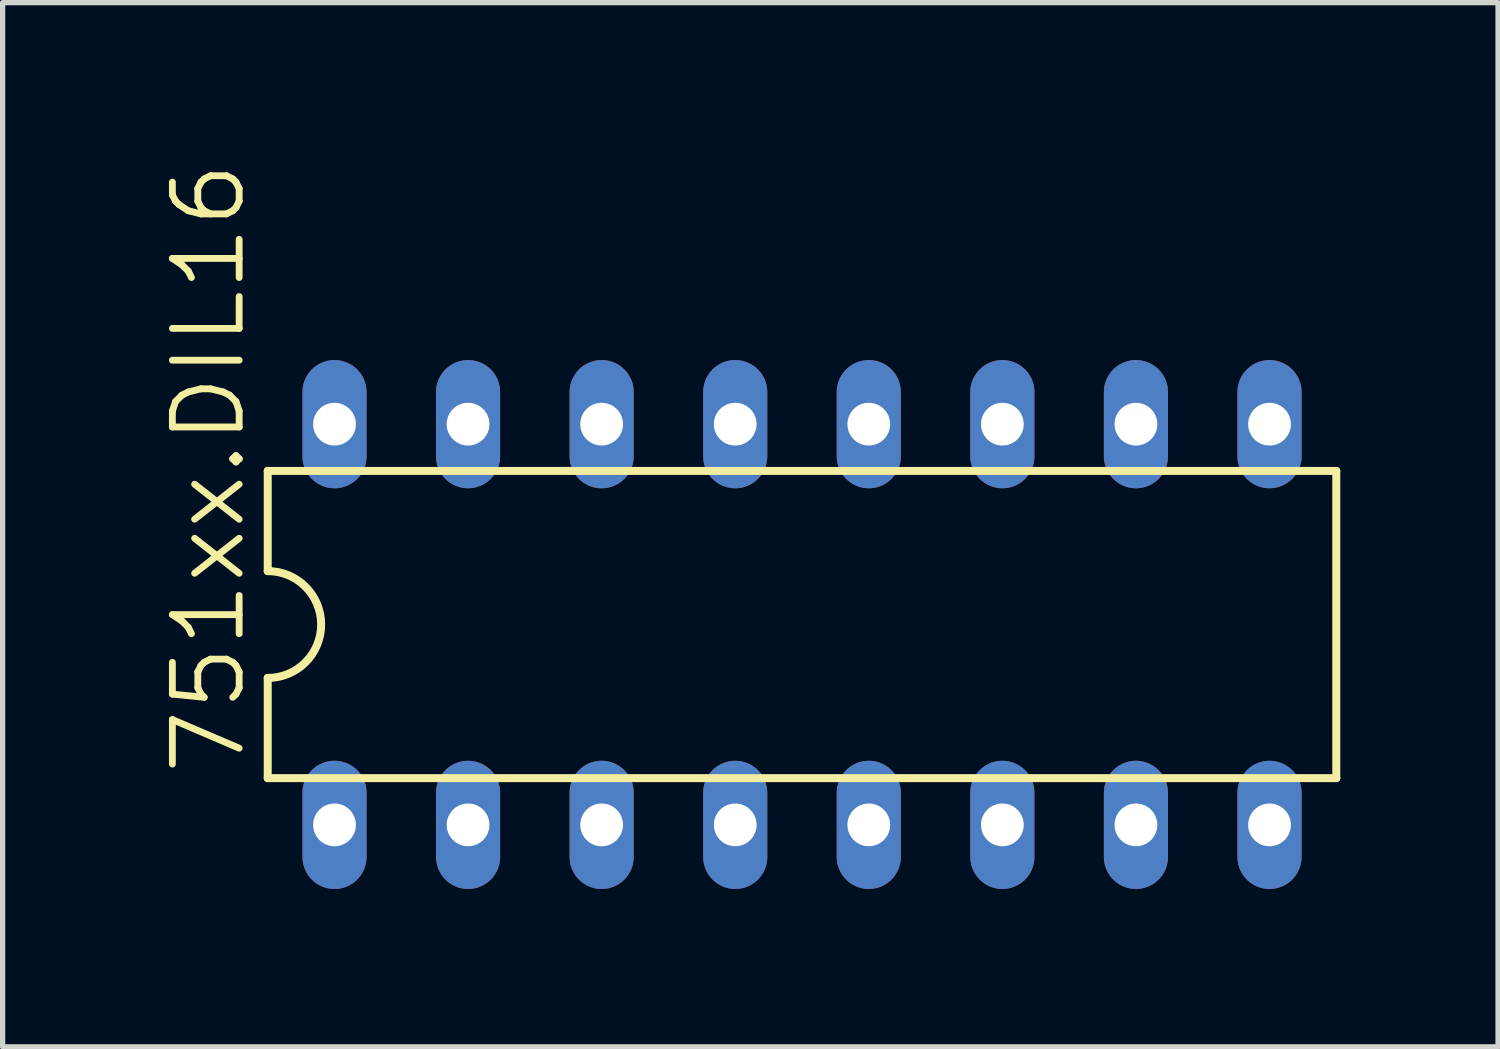
<source format=kicad_pcb>
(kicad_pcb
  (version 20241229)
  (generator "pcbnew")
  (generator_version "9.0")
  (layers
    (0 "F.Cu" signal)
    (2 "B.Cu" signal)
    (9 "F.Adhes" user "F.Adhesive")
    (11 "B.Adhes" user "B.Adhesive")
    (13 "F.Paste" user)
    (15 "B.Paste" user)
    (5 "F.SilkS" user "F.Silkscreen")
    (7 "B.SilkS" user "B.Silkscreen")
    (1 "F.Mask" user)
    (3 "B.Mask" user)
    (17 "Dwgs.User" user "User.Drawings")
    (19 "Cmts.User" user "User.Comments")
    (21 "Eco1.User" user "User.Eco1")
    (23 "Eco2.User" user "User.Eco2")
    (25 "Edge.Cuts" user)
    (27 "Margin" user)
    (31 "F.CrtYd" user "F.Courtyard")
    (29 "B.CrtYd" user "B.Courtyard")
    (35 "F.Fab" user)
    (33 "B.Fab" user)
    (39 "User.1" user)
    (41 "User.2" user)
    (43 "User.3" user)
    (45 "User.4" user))
  (footprint "751xx.DIL16"
    (layer "F.Cu")
    (at 12.201 8.826)
    (property "Reference" "751xx.DIL16" (at -10.541 2.921 90) (layer "F.SilkS") (effects (font (size 1.27 1.27) (thickness 0.13)) (justify left bottom)))
    (attr through_hole)
    (fp_line (start -10.16 -2.921) (end -10.16 -1.016) (stroke (width 0.152) (type default)) (layer "F.SilkS"))
    (fp_line (start -10.16 2.921) (end -10.16 1.016) (stroke (width 0.152) (type default)) (layer "F.SilkS"))
    (fp_line (start -10.16 2.921) (end 10.16 2.921) (stroke (width 0.152) (type default)) (layer "F.SilkS"))
    (fp_line (start 10.16 -2.921) (end -10.16 -2.921) (stroke (width 0.152) (type default)) (layer "F.SilkS"))
    (fp_line (start 10.16 -2.921) (end 10.16 2.921) (stroke (width 0.152) (type default)) (layer "F.SilkS"))
    (fp_arc (start -10.16 -1.016) (mid -9.144 0) (end -10.16 1.016) (stroke (width 0.1524) (type default)) (layer "F.SilkS"))
    (pad "1" thru_hole oval (at -8.89 3.81 90) (size 2.438 1.219) (drill 0.813) (layers "*.Cu" "*.Mask"))
    (pad "2" thru_hole oval (at -6.35 3.81 90) (size 2.438 1.219) (drill 0.813) (layers "*.Cu" "*.Mask"))
    (pad "3" thru_hole oval (at -3.81 3.81 90) (size 2.438 1.219) (drill 0.813) (layers "*.Cu" "*.Mask"))
    (pad "4" thru_hole oval (at -1.27 3.81 90) (size 2.438 1.219) (drill 0.813) (layers "*.Cu" "*.Mask"))
    (pad "5" thru_hole oval (at 1.27 3.81 90) (size 2.438 1.219) (drill 0.813) (layers "*.Cu" "*.Mask"))
    (pad "6" thru_hole oval (at 3.81 3.81 90) (size 2.438 1.219) (drill 0.813) (layers "*.Cu" "*.Mask"))
    (pad "7" thru_hole oval (at 6.35 3.81 90) (size 2.438 1.219) (drill 0.813) (layers "*.Cu" "*.Mask"))
    (pad "8" thru_hole oval (at 8.89 3.81 90) (size 2.438 1.219) (drill 0.813) (layers "*.Cu" "*.Mask"))
    (pad "9" thru_hole oval (at 8.89 -3.81 90) (size 2.438 1.219) (drill 0.813) (layers "*.Cu" "*.Mask"))
    (pad "10" thru_hole oval (at 6.35 -3.81 90) (size 2.438 1.219) (drill 0.813) (layers "*.Cu" "*.Mask"))
    (pad "11" thru_hole oval (at 3.81 -3.81 90) (size 2.438 1.219) (drill 0.813) (layers "*.Cu" "*.Mask"))
    (pad "12" thru_hole oval (at 1.27 -3.81 90) (size 2.438 1.219) (drill 0.813) (layers "*.Cu" "*.Mask"))
    (pad "13" thru_hole oval (at -1.27 -3.81 90) (size 2.438 1.219) (drill 0.813) (layers "*.Cu" "*.Mask"))
    (pad "14" thru_hole oval (at -3.81 -3.81 90) (size 2.438 1.219) (drill 0.813) (layers "*.Cu" "*.Mask"))
    (pad "15" thru_hole oval (at -6.35 -3.81 90) (size 2.438 1.219) (drill 0.813) (layers "*.Cu" "*.Mask"))
    (pad "16" thru_hole oval (at -8.89 -3.81 90) (size 2.438 1.219) (drill 0.813) (layers "*.Cu" "*.Mask")))
  (gr_rect
    (start -3 -3)
    (end 25.437 16.856)
    (stroke (width 0.1) (type default))
    (fill no)
    (layer "Edge.Cuts")))
</source>
